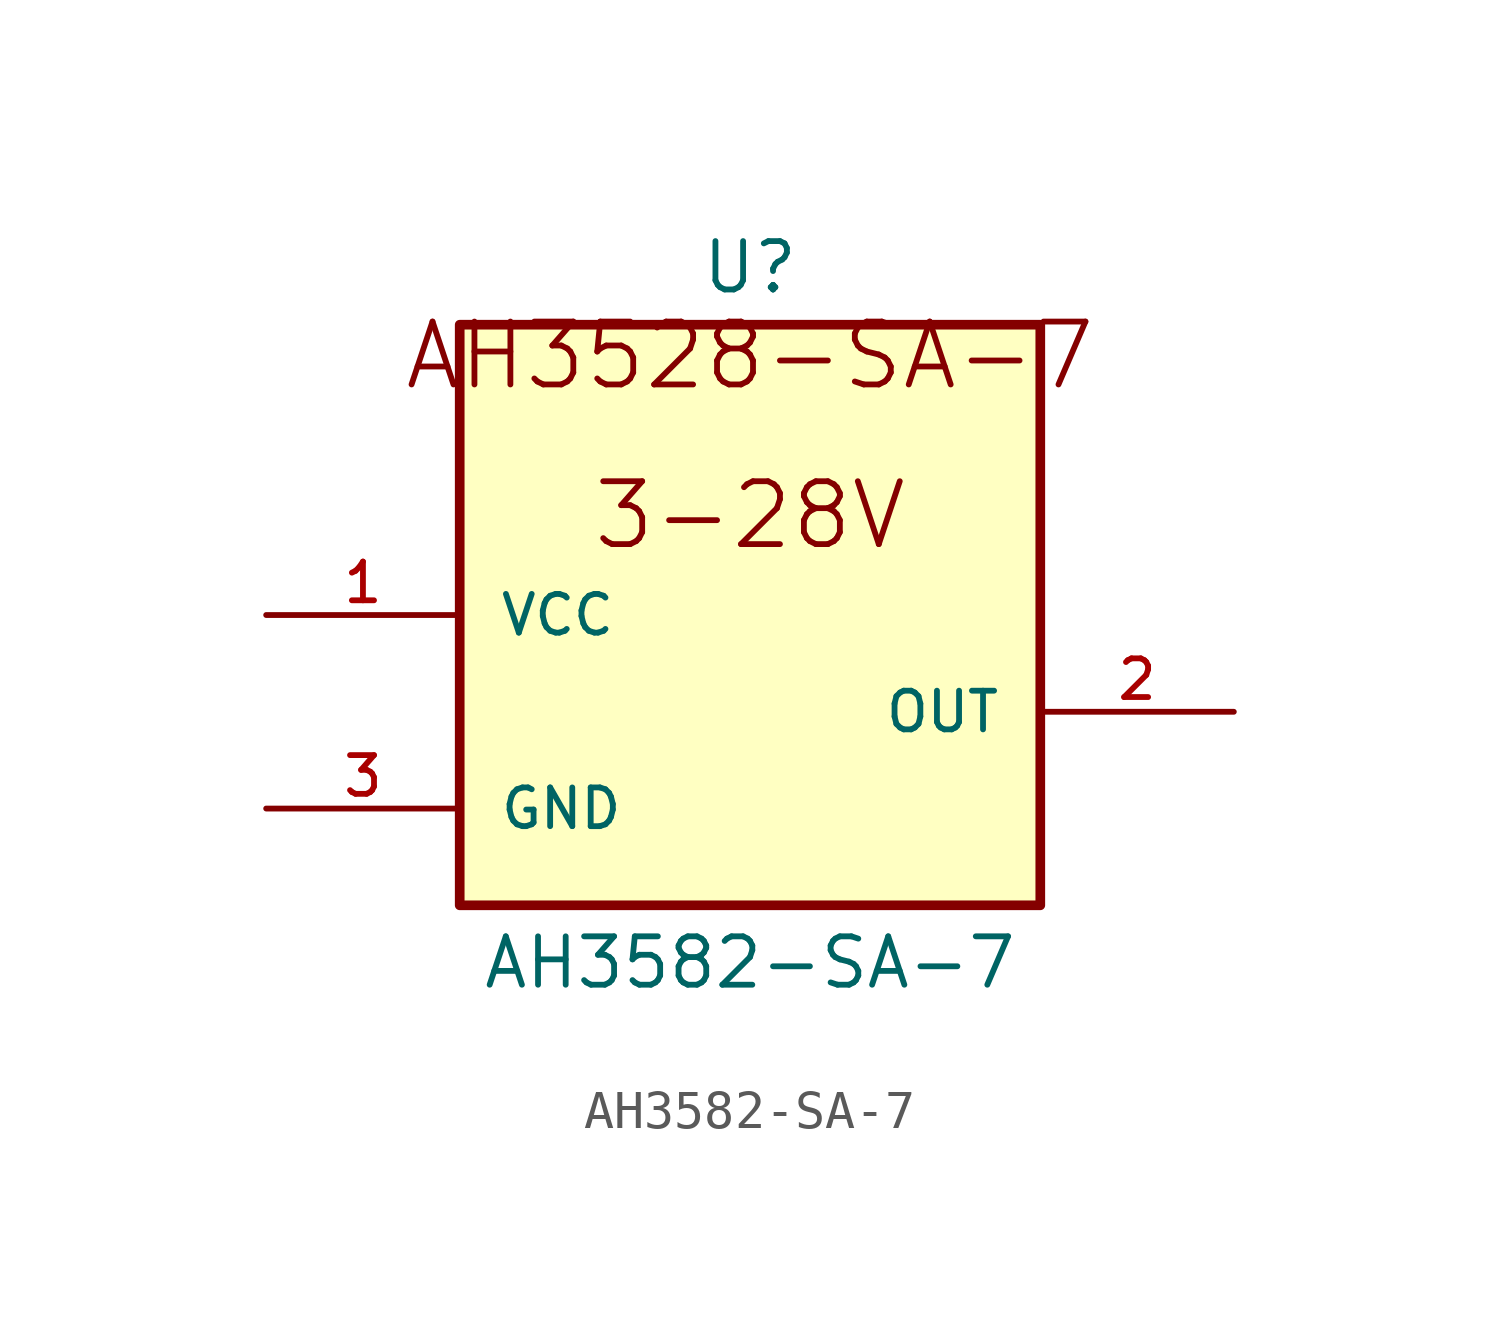
<source format=kicad_sym>
(kicad_symbol_lib
  (version 20211014)
  (generator kicad_symbol_editor)
  (symbol "AH3582-SA-7"
    (pin_names
      (offset 1.016))
    (property "Reference" "U"
      (at 0.0 10.922 0)
      (effects (font (size 1.27 1.27)) (justify bottom)))
    (property "Value" "AH3582-SA-7"
      (at 0.0 -5.842 0)
      (effects (font (size 1.27 1.27)) (justify top)))
    (symbol "AH3582-SA-7_0_0"
      (text "AH3528-SA-7" (at 0.0 8.382 0) (effects (font (size 1.651 1.651)) (justify bottom)))
      (text "3-28V" (at 0.0 4.191 0) (effects (font (size 1.651 1.651)) (justify bottom)))
      (rectangle (start -7.62 -5.08) (end 7.62 10.16) (stroke (width 0.254)) (fill (type background)))
      (pin bidirectional line (at -12.7 2.54 0) (length 5.08) (name "VCC" (effects (font (size 1.016 1.016)))) (number "1" (effects (font (size 1.016 1.016)))))
      (pin bidirectional line (at -12.7 -2.54 0) (length 5.08) (name "GND" (effects (font (size 1.016 1.016)))) (number "3" (effects (font (size 1.016 1.016)))))
      (pin bidirectional line (at 12.7 0.0 180.0) (length 5.08) (name "OUT" (effects (font (size 1.016 1.016)))) (number "2" (effects (font (size 1.016 1.016))))))))
</source>
